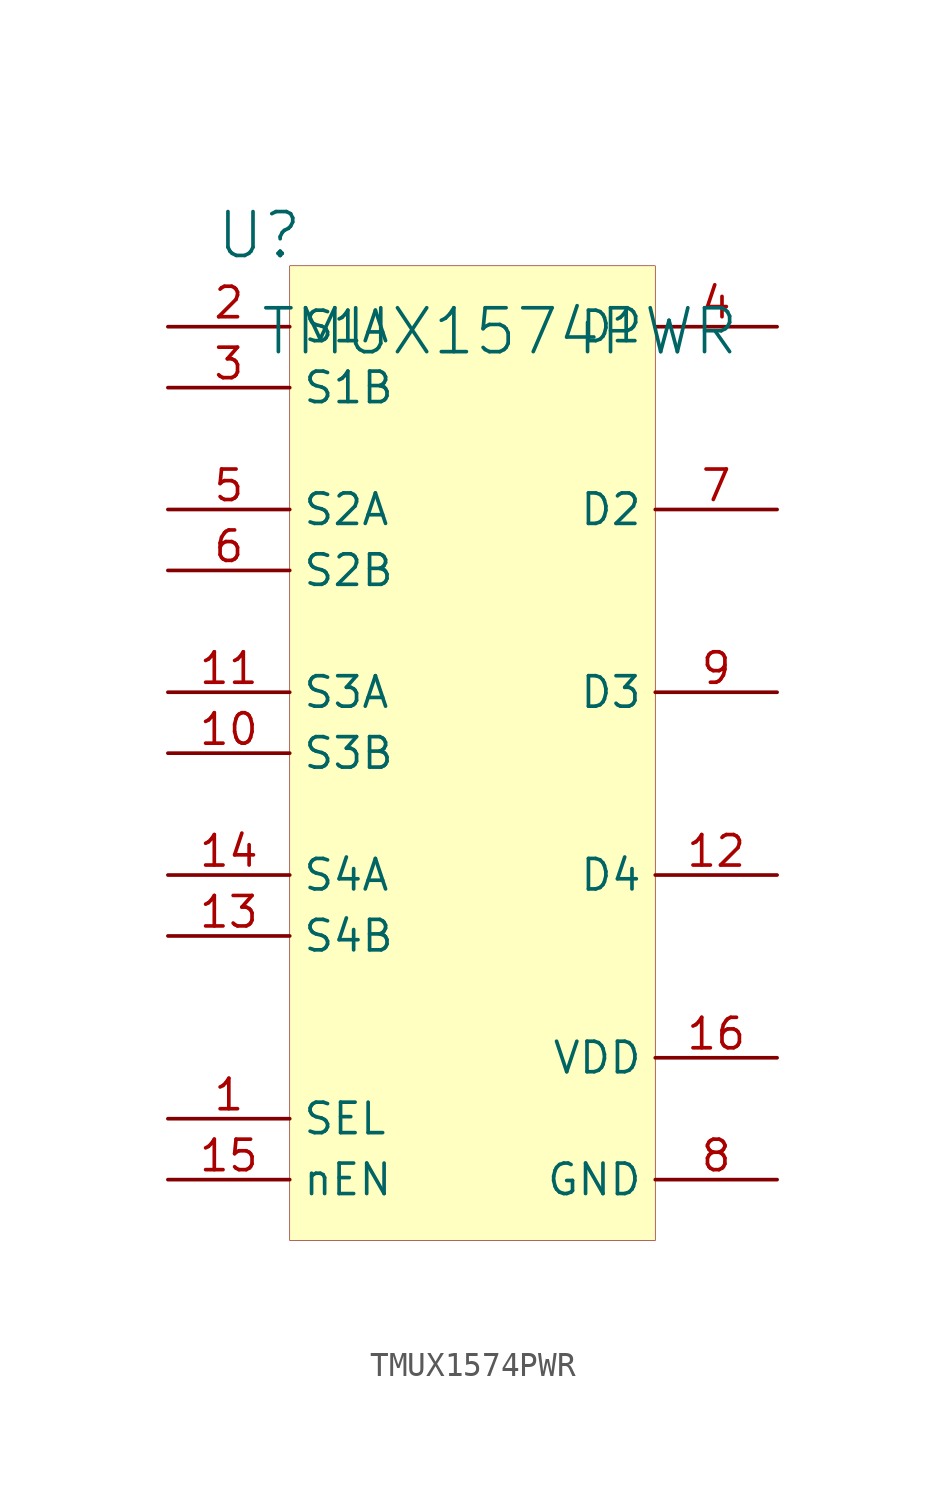
<source format=kicad_sym>
(kicad_symbol_lib
  (version 20231120)
  (generator "kicad_symbol_editor")
  (generator_version "8.0")
  (symbol "TMUX1574PWR"
    (property "Reference" "U"
      (at -1.27 1.27 0)
      (effects (font (size 1.829 1.829))))
    (property "Value" "TMUX1574PWR"
      (at -1.27 -3.81 0)
      (effects (font (size 1.829 1.829)) (justify left bottom)))
    (symbol "TMUX1574PWR_1_0"
      (rectangle (start 15.24 0) (end 0 -40.64) (stroke (width 0.025) (type solid) (color 128 0 0 1)) (fill (type background)))
      (pin passive line (at -5.08 -35.56 0) (length 5.08) (name "SEL" (effects (font (size 1.27 1.27)))) (number "1" (effects (font (size 1.27 1.27)))))
      (pin passive line (at -5.08 -20.32 0) (length 5.08) (name "S3B" (effects (font (size 1.27 1.27)))) (number "10" (effects (font (size 1.27 1.27)))))
      (pin passive line (at -5.08 -17.78 0) (length 5.08) (name "S3A" (effects (font (size 1.27 1.27)))) (number "11" (effects (font (size 1.27 1.27)))))
      (pin passive line (at 20.32 -25.4 180) (length 5.08) (name "D4" (effects (font (size 1.27 1.27)))) (number "12" (effects (font (size 1.27 1.27)))))
      (pin passive line (at -5.08 -27.94 0) (length 5.08) (name "S4B" (effects (font (size 1.27 1.27)))) (number "13" (effects (font (size 1.27 1.27)))))
      (pin passive line (at -5.08 -25.4 0) (length 5.08) (name "S4A" (effects (font (size 1.27 1.27)))) (number "14" (effects (font (size 1.27 1.27)))))
      (pin passive line (at -5.08 -38.1 0) (length 5.08) (name "nEN" (effects (font (size 1.27 1.27)))) (number "15" (effects (font (size 1.27 1.27)))))
      (pin passive line (at 20.32 -33.02 180) (length 5.08) (name "VDD" (effects (font (size 1.27 1.27)))) (number "16" (effects (font (size 1.27 1.27)))))
      (pin passive line (at -5.08 -2.54 0) (length 5.08) (name "S1A" (effects (font (size 1.27 1.27)))) (number "2" (effects (font (size 1.27 1.27)))))
      (pin passive line (at -5.08 -5.08 0) (length 5.08) (name "S1B" (effects (font (size 1.27 1.27)))) (number "3" (effects (font (size 1.27 1.27)))))
      (pin passive line (at 20.32 -2.54 180) (length 5.08) (name "D1" (effects (font (size 1.27 1.27)))) (number "4" (effects (font (size 1.27 1.27)))))
      (pin passive line (at -5.08 -10.16 0) (length 5.08) (name "S2A" (effects (font (size 1.27 1.27)))) (number "5" (effects (font (size 1.27 1.27)))))
      (pin passive line (at -5.08 -12.7 0) (length 5.08) (name "S2B" (effects (font (size 1.27 1.27)))) (number "6" (effects (font (size 1.27 1.27)))))
      (pin passive line (at 20.32 -10.16 180) (length 5.08) (name "D2" (effects (font (size 1.27 1.27)))) (number "7" (effects (font (size 1.27 1.27)))))
      (pin passive line (at 20.32 -38.1 180) (length 5.08) (name "GND" (effects (font (size 1.27 1.27)))) (number "8" (effects (font (size 1.27 1.27)))))
      (pin passive line (at 20.32 -17.78 180) (length 5.08) (name "D3" (effects (font (size 1.27 1.27)))) (number "9" (effects (font (size 1.27 1.27))))))))
</source>
